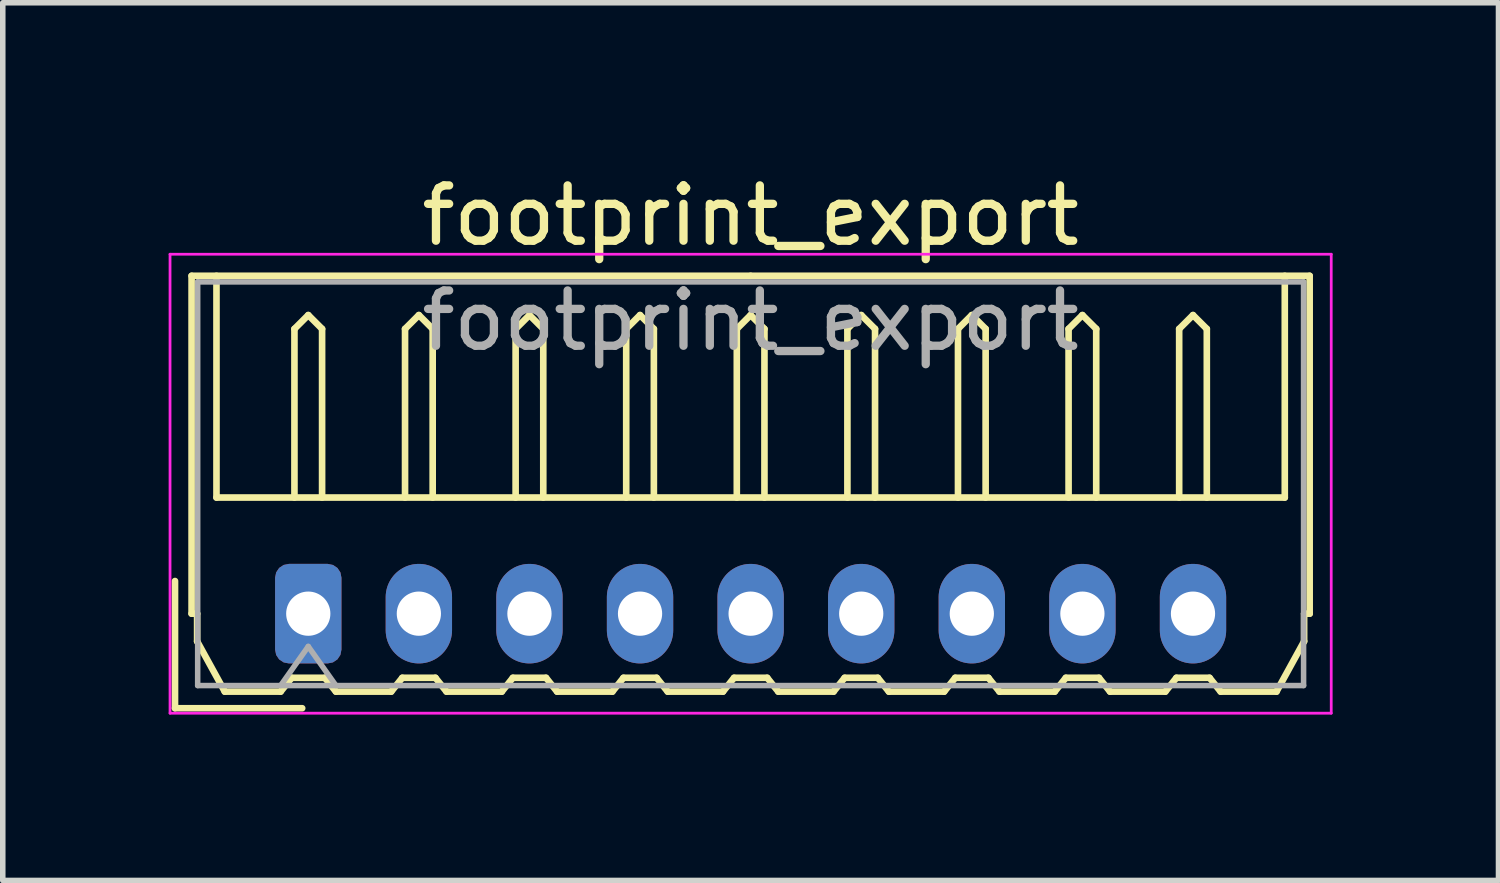
<source format=kicad_pcb>
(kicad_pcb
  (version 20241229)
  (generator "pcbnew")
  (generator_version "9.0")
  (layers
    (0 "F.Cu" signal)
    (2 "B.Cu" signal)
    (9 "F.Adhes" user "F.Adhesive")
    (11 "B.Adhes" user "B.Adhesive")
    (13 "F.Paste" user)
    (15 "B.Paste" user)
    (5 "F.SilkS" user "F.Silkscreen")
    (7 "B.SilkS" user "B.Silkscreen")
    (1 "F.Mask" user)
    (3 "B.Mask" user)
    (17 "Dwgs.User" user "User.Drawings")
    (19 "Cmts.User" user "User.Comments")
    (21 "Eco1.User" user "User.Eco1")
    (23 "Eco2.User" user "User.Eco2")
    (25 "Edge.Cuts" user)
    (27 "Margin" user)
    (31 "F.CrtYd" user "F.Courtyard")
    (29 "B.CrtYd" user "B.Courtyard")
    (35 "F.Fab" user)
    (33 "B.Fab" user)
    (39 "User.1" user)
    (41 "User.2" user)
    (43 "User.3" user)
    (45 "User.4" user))
  (footprint "footprint_export"
    (layer "F.Cu")
    (at 2.525 8.048)
    (property "Reference" "footprint_export" (at 8 -7.2 0) (layer "F.SilkS") (effects (font (size 1 1) (thickness 0.15))))
    (attr through_hole)
    (fp_line (start -2.41 1.71) (end -2.41 -0.59) (stroke (width 0.12) (type solid)) (layer "F.SilkS"))
    (fp_line (start -2.11 -6.11) (end 8 -6.11) (stroke (width 0.12) (type solid)) (layer "F.SilkS"))
    (fp_line (start -2.11 0) (end -2.11 -6.11) (stroke (width 0.12) (type solid)) (layer "F.SilkS"))
    (fp_line (start -2.01 0) (end -2.11 0) (stroke (width 0.12) (type solid)) (layer "F.SilkS"))
    (fp_line (start -2.01 0.5) (end -2.01 0) (stroke (width 0.12) (type solid)) (layer "F.SilkS"))
    (fp_line (start -1.66 -6.11) (end -1.66 -2.1) (stroke (width 0.12) (type solid)) (layer "F.SilkS"))
    (fp_line (start -1.66 -2.1) (end 17.66 -2.1) (stroke (width 0.12) (type solid)) (layer "F.SilkS"))
    (fp_line (start -1.51 1.41) (end -2.01 0.5) (stroke (width 0.12) (type solid)) (layer "F.SilkS"))
    (fp_line (start -0.5 1.41) (end -1.51 1.41) (stroke (width 0.12) (type solid)) (layer "F.SilkS"))
    (fp_line (start -0.3 1.16) (end -0.5 1.41) (stroke (width 0.12) (type solid)) (layer "F.SilkS"))
    (fp_line (start -0.3 1.16) (end 0.3 1.16) (stroke (width 0.12) (type solid)) (layer "F.SilkS"))
    (fp_line (start -0.25 -5.15) (end 0 -5.4) (stroke (width 0.12) (type solid)) (layer "F.SilkS"))
    (fp_line (start -0.25 -2.1) (end -0.25 -5.15) (stroke (width 0.12) (type solid)) (layer "F.SilkS"))
    (fp_line (start -0.11 1.71) (end -2.41 1.71) (stroke (width 0.12) (type solid)) (layer "F.SilkS"))
    (fp_line (start 0 -5.4) (end 0.25 -5.15) (stroke (width 0.12) (type solid)) (layer "F.SilkS"))
    (fp_line (start 0.25 -5.15) (end 0.25 -2.1) (stroke (width 0.12) (type solid)) (layer "F.SilkS"))
    (fp_line (start 0.3 1.16) (end 0.5 1.41) (stroke (width 0.12) (type solid)) (layer "F.SilkS"))
    (fp_line (start 0.5 1.41) (end 1.5 1.41) (stroke (width 0.12) (type solid)) (layer "F.SilkS"))
    (fp_line (start 1.5 1.41) (end 1.7 1.16) (stroke (width 0.12) (type solid)) (layer "F.SilkS"))
    (fp_line (start 1.7 1.16) (end 2.3 1.16) (stroke (width 0.12) (type solid)) (layer "F.SilkS"))
    (fp_line (start 1.75 -5.15) (end 2 -5.4) (stroke (width 0.12) (type solid)) (layer "F.SilkS"))
    (fp_line (start 1.75 -2.1) (end 1.75 -5.15) (stroke (width 0.12) (type solid)) (layer "F.SilkS"))
    (fp_line (start 2 -5.4) (end 2.25 -5.15) (stroke (width 0.12) (type solid)) (layer "F.SilkS"))
    (fp_line (start 2.25 -5.15) (end 2.25 -2.1) (stroke (width 0.12) (type solid)) (layer "F.SilkS"))
    (fp_line (start 2.3 1.16) (end 2.5 1.41) (stroke (width 0.12) (type solid)) (layer "F.SilkS"))
    (fp_line (start 2.5 1.41) (end 3.5 1.41) (stroke (width 0.12) (type solid)) (layer "F.SilkS"))
    (fp_line (start 3.5 1.41) (end 3.7 1.16) (stroke (width 0.12) (type solid)) (layer "F.SilkS"))
    (fp_line (start 3.7 1.16) (end 4.3 1.16) (stroke (width 0.12) (type solid)) (layer "F.SilkS"))
    (fp_line (start 3.75 -5.15) (end 4 -5.4) (stroke (width 0.12) (type solid)) (layer "F.SilkS"))
    (fp_line (start 3.75 -2.1) (end 3.75 -5.15) (stroke (width 0.12) (type solid)) (layer "F.SilkS"))
    (fp_line (start 4 -5.4) (end 4.25 -5.15) (stroke (width 0.12) (type solid)) (layer "F.SilkS"))
    (fp_line (start 4.25 -5.15) (end 4.25 -2.1) (stroke (width 0.12) (type solid)) (layer "F.SilkS"))
    (fp_line (start 4.3 1.16) (end 4.5 1.41) (stroke (width 0.12) (type solid)) (layer "F.SilkS"))
    (fp_line (start 4.5 1.41) (end 5.5 1.41) (stroke (width 0.12) (type solid)) (layer "F.SilkS"))
    (fp_line (start 5.5 1.41) (end 5.7 1.16) (stroke (width 0.12) (type solid)) (layer "F.SilkS"))
    (fp_line (start 5.7 1.16) (end 6.3 1.16) (stroke (width 0.12) (type solid)) (layer "F.SilkS"))
    (fp_line (start 5.75 -5.15) (end 6 -5.4) (stroke (width 0.12) (type solid)) (layer "F.SilkS"))
    (fp_line (start 5.75 -2.1) (end 5.75 -5.15) (stroke (width 0.12) (type solid)) (layer "F.SilkS"))
    (fp_line (start 6 -5.4) (end 6.25 -5.15) (stroke (width 0.12) (type solid)) (layer "F.SilkS"))
    (fp_line (start 6.25 -5.15) (end 6.25 -2.1) (stroke (width 0.12) (type solid)) (layer "F.SilkS"))
    (fp_line (start 6.3 1.16) (end 6.5 1.41) (stroke (width 0.12) (type solid)) (layer "F.SilkS"))
    (fp_line (start 6.5 1.41) (end 7.5 1.41) (stroke (width 0.12) (type solid)) (layer "F.SilkS"))
    (fp_line (start 7.5 1.41) (end 7.7 1.16) (stroke (width 0.12) (type solid)) (layer "F.SilkS"))
    (fp_line (start 7.7 1.16) (end 8.3 1.16) (stroke (width 0.12) (type solid)) (layer "F.SilkS"))
    (fp_line (start 7.75 -5.15) (end 8 -5.4) (stroke (width 0.12) (type solid)) (layer "F.SilkS"))
    (fp_line (start 7.75 -2.1) (end 7.75 -5.15) (stroke (width 0.12) (type solid)) (layer "F.SilkS"))
    (fp_line (start 8 -5.4) (end 8.25 -5.15) (stroke (width 0.12) (type solid)) (layer "F.SilkS"))
    (fp_line (start 8.25 -5.15) (end 8.25 -2.1) (stroke (width 0.12) (type solid)) (layer "F.SilkS"))
    (fp_line (start 8.3 1.16) (end 8.5 1.41) (stroke (width 0.12) (type solid)) (layer "F.SilkS"))
    (fp_line (start 8.5 1.41) (end 9.5 1.41) (stroke (width 0.12) (type solid)) (layer "F.SilkS"))
    (fp_line (start 9.5 1.41) (end 9.7 1.16) (stroke (width 0.12) (type solid)) (layer "F.SilkS"))
    (fp_line (start 9.7 1.16) (end 10.3 1.16) (stroke (width 0.12) (type solid)) (layer "F.SilkS"))
    (fp_line (start 9.75 -5.15) (end 10 -5.4) (stroke (width 0.12) (type solid)) (layer "F.SilkS"))
    (fp_line (start 9.75 -2.1) (end 9.75 -5.15) (stroke (width 0.12) (type solid)) (layer "F.SilkS"))
    (fp_line (start 10 -5.4) (end 10.25 -5.15) (stroke (width 0.12) (type solid)) (layer "F.SilkS"))
    (fp_line (start 10.25 -5.15) (end 10.25 -2.1) (stroke (width 0.12) (type solid)) (layer "F.SilkS"))
    (fp_line (start 10.3 1.16) (end 10.5 1.41) (stroke (width 0.12) (type solid)) (layer "F.SilkS"))
    (fp_line (start 10.5 1.41) (end 11.5 1.41) (stroke (width 0.12) (type solid)) (layer "F.SilkS"))
    (fp_line (start 11.5 1.41) (end 11.7 1.16) (stroke (width 0.12) (type solid)) (layer "F.SilkS"))
    (fp_line (start 11.7 1.16) (end 12.3 1.16) (stroke (width 0.12) (type solid)) (layer "F.SilkS"))
    (fp_line (start 11.75 -5.15) (end 12 -5.4) (stroke (width 0.12) (type solid)) (layer "F.SilkS"))
    (fp_line (start 11.75 -2.1) (end 11.75 -5.15) (stroke (width 0.12) (type solid)) (layer "F.SilkS"))
    (fp_line (start 12 -5.4) (end 12.25 -5.15) (stroke (width 0.12) (type solid)) (layer "F.SilkS"))
    (fp_line (start 12.25 -5.15) (end 12.25 -2.1) (stroke (width 0.12) (type solid)) (layer "F.SilkS"))
    (fp_line (start 12.3 1.16) (end 12.5 1.41) (stroke (width 0.12) (type solid)) (layer "F.SilkS"))
    (fp_line (start 12.5 1.41) (end 13.5 1.41) (stroke (width 0.12) (type solid)) (layer "F.SilkS"))
    (fp_line (start 13.5 1.41) (end 13.7 1.16) (stroke (width 0.12) (type solid)) (layer "F.SilkS"))
    (fp_line (start 13.7 1.16) (end 14.3 1.16) (stroke (width 0.12) (type solid)) (layer "F.SilkS"))
    (fp_line (start 13.75 -5.15) (end 14 -5.4) (stroke (width 0.12) (type solid)) (layer "F.SilkS"))
    (fp_line (start 13.75 -2.1) (end 13.75 -5.15) (stroke (width 0.12) (type solid)) (layer "F.SilkS"))
    (fp_line (start 14 -5.4) (end 14.25 -5.15) (stroke (width 0.12) (type solid)) (layer "F.SilkS"))
    (fp_line (start 14.25 -5.15) (end 14.25 -2.1) (stroke (width 0.12) (type solid)) (layer "F.SilkS"))
    (fp_line (start 14.3 1.16) (end 14.5 1.41) (stroke (width 0.12) (type solid)) (layer "F.SilkS"))
    (fp_line (start 14.5 1.41) (end 15.5 1.41) (stroke (width 0.12) (type solid)) (layer "F.SilkS"))
    (fp_line (start 15.5 1.41) (end 15.7 1.16) (stroke (width 0.12) (type solid)) (layer "F.SilkS"))
    (fp_line (start 15.7 1.16) (end 16.3 1.16) (stroke (width 0.12) (type solid)) (layer "F.SilkS"))
    (fp_line (start 15.75 -5.15) (end 16 -5.4) (stroke (width 0.12) (type solid)) (layer "F.SilkS"))
    (fp_line (start 15.75 -2.1) (end 15.75 -5.15) (stroke (width 0.12) (type solid)) (layer "F.SilkS"))
    (fp_line (start 16 -5.4) (end 16.25 -5.15) (stroke (width 0.12) (type solid)) (layer "F.SilkS"))
    (fp_line (start 16.25 -5.15) (end 16.25 -2.1) (stroke (width 0.12) (type solid)) (layer "F.SilkS"))
    (fp_line (start 16.3 1.16) (end 16.5 1.41) (stroke (width 0.12) (type solid)) (layer "F.SilkS"))
    (fp_line (start 16.5 1.41) (end 17.51 1.41) (stroke (width 0.12) (type solid)) (layer "F.SilkS"))
    (fp_line (start 17.51 1.41) (end 18.01 0.5) (stroke (width 0.12) (type solid)) (layer "F.SilkS"))
    (fp_line (start 17.66 -2.1) (end 17.66 -6.11) (stroke (width 0.12) (type solid)) (layer "F.SilkS"))
    (fp_line (start 18.01 0) (end 18.11 0) (stroke (width 0.12) (type solid)) (layer "F.SilkS"))
    (fp_line (start 18.01 0.5) (end 18.01 0) (stroke (width 0.12) (type solid)) (layer "F.SilkS"))
    (fp_line (start 18.11 -6.11) (end 8 -6.11) (stroke (width 0.12) (type solid)) (layer "F.SilkS"))
    (fp_line (start 18.11 0) (end 18.11 -6.11) (stroke (width 0.12) (type solid)) (layer "F.SilkS"))
    (fp_line (start -2.5 -6.5) (end -2.5 1.8) (stroke (width 0.05) (type solid)) (layer "F.CrtYd"))
    (fp_line (start -2.5 1.8) (end 18.5 1.8) (stroke (width 0.05) (type solid)) (layer "F.CrtYd"))
    (fp_line (start 18.5 -6.5) (end -2.5 -6.5) (stroke (width 0.05) (type solid)) (layer "F.CrtYd"))
    (fp_line (start 18.5 1.8) (end 18.5 -6.5) (stroke (width 0.05) (type solid)) (layer "F.CrtYd"))
    (fp_line (start -2 -6) (end -2 1.3) (stroke (width 0.1) (type solid)) (layer "F.Fab"))
    (fp_line (start -2 1.3) (end 18 1.3) (stroke (width 0.1) (type solid)) (layer "F.Fab"))
    (fp_line (start -0.5 1.3) (end 0 0.593) (stroke (width 0.1) (type solid)) (layer "F.Fab"))
    (fp_line (start 0 0.593) (end 0.5 1.3) (stroke (width 0.1) (type solid)) (layer "F.Fab"))
    (fp_line (start 18 -6) (end -2 -6) (stroke (width 0.1) (type solid)) (layer "F.Fab"))
    (fp_line (start 18 1.3) (end 18 -6) (stroke (width 0.1) (type solid)) (layer "F.Fab"))
    (fp_text user "${REFERENCE}" (at 8 -5.3 0) (layer "F.Fab") (effects (font (size 1 1) (thickness 0.15))))
    (pad "1" thru_hole roundrect (at 0 0) (size 1.2 1.8) (drill 0.8) (layers "*.Cu" "*.Mask") (roundrect_rratio 0.208))
    (pad "2" thru_hole oval (at 2 0) (size 1.2 1.8) (drill 0.8) (layers "*.Cu" "*.Mask"))
    (pad "3" thru_hole oval (at 4 0) (size 1.2 1.8) (drill 0.8) (layers "*.Cu" "*.Mask"))
    (pad "4" thru_hole oval (at 6 0) (size 1.2 1.8) (drill 0.8) (layers "*.Cu" "*.Mask"))
    (pad "5" thru_hole oval (at 8 0) (size 1.2 1.8) (drill 0.8) (layers "*.Cu" "*.Mask"))
    (pad "6" thru_hole oval (at 10 0) (size 1.2 1.8) (drill 0.8) (layers "*.Cu" "*.Mask"))
    (pad "7" thru_hole oval (at 12 0) (size 1.2 1.8) (drill 0.8) (layers "*.Cu" "*.Mask"))
    (pad "8" thru_hole oval (at 14 0) (size 1.2 1.8) (drill 0.8) (layers "*.Cu" "*.Mask"))
    (pad "9" thru_hole oval (at 16 0) (size 1.2 1.8) (drill 0.8) (layers "*.Cu" "*.Mask")))
  (gr_rect
    (start -3 -3)
    (end 24.05 12.873)
    (stroke (width 0.1) (type default))
    (fill no)
    (layer "Edge.Cuts")))
</source>
